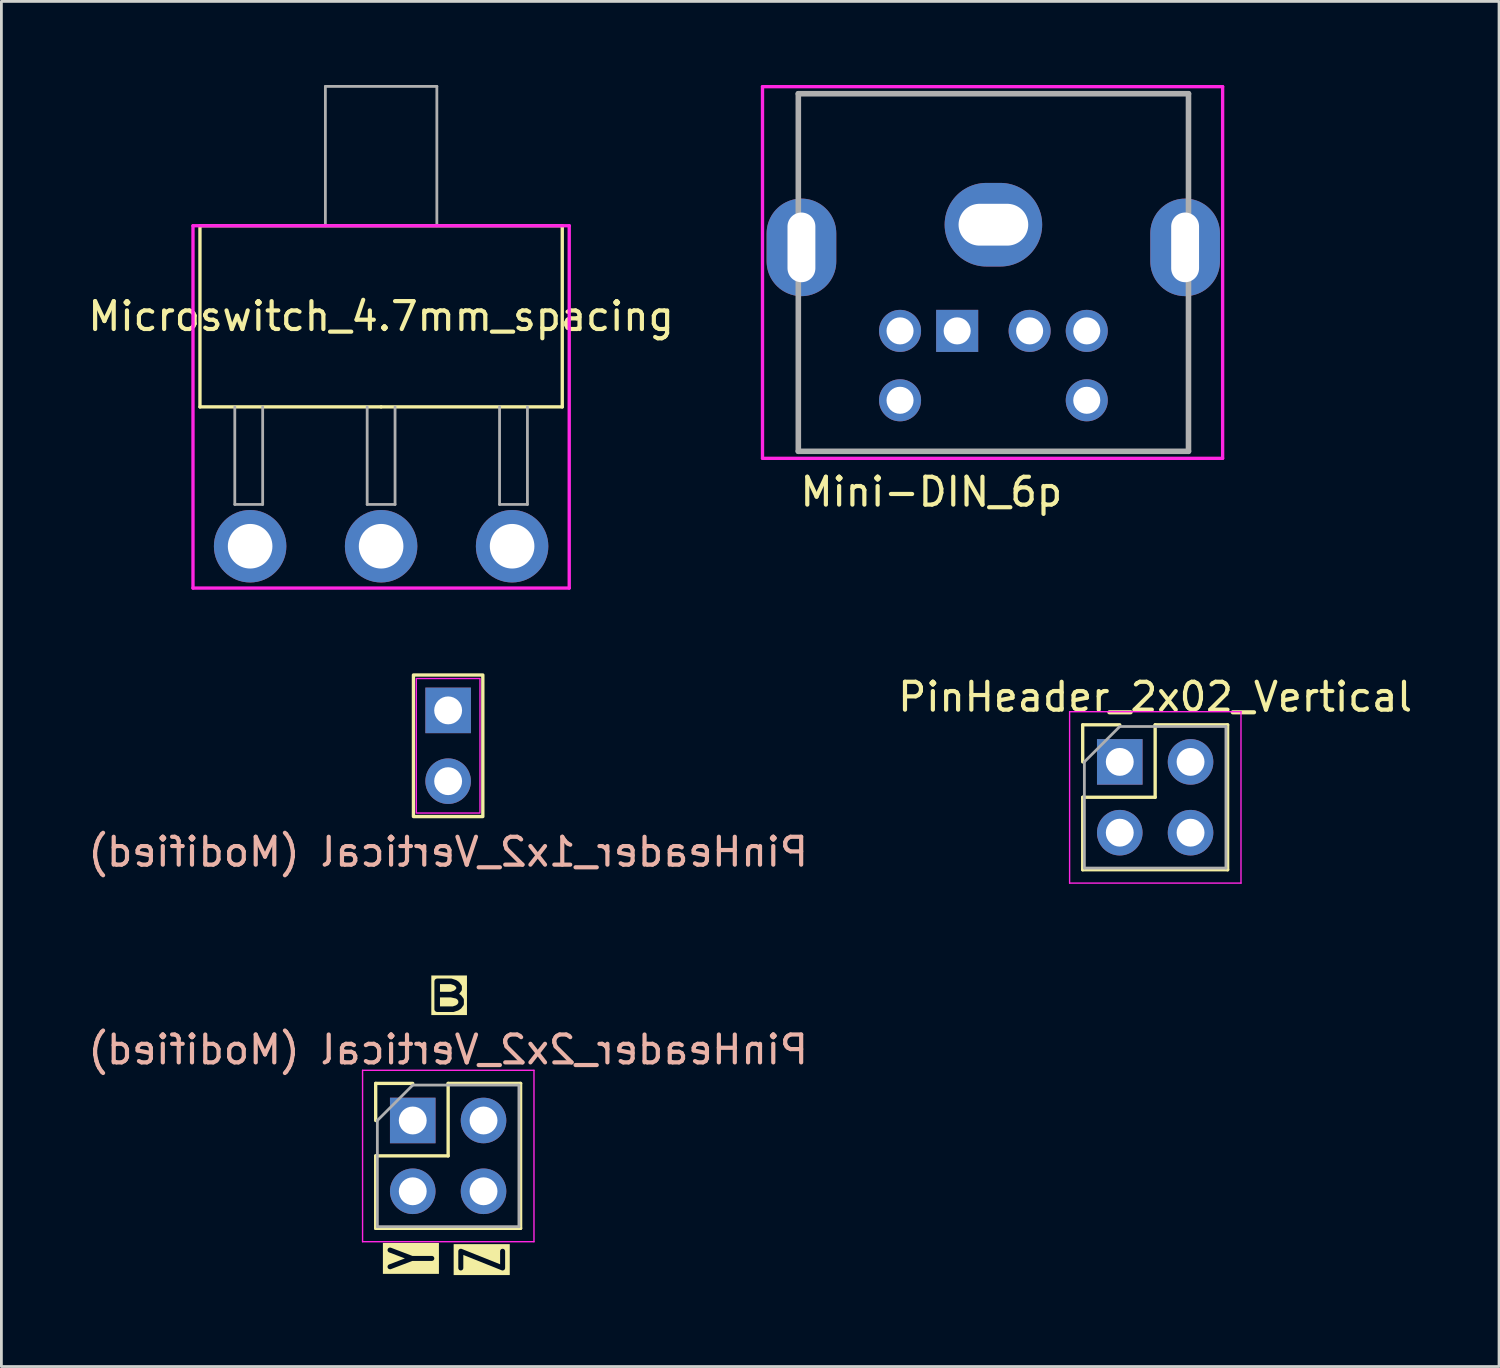
<source format=kicad_pcb>
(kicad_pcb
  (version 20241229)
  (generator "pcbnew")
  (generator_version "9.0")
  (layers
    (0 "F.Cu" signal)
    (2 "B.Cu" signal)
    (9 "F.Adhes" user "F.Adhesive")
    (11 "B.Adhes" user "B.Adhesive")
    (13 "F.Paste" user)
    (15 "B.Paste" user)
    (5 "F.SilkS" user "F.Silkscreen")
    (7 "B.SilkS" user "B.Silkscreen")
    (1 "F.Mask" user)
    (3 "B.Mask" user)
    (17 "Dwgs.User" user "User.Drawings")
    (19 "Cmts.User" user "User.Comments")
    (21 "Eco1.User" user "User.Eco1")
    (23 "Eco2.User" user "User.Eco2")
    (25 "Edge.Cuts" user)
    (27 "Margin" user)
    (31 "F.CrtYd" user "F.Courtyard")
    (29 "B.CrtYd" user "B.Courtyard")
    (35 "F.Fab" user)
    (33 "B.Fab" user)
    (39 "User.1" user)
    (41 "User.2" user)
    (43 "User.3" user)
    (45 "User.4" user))
  (footprint "PinHeader_2x02_Vertical"
    (layer "F.Cu")
    (at 37.129 24.288)
    (property "Reference" "PinHeader_2x02_Vertical" (at 1.27 -2.33 0) (layer "F.SilkS") (effects (font (size 1 1) (thickness 0.15))))
    (attr through_hole)
    (fp_line (start -1.33 -1.33) (end 0 -1.33) (stroke (width 0.12) (type solid)) (layer "F.SilkS"))
    (fp_line (start -1.33 0) (end -1.33 -1.33) (stroke (width 0.12) (type solid)) (layer "F.SilkS"))
    (fp_line (start -1.33 1.27) (end -1.33 3.87) (stroke (width 0.12) (type solid)) (layer "F.SilkS"))
    (fp_line (start -1.33 1.27) (end 1.27 1.27) (stroke (width 0.12) (type solid)) (layer "F.SilkS"))
    (fp_line (start -1.33 3.87) (end 3.87 3.87) (stroke (width 0.12) (type solid)) (layer "F.SilkS"))
    (fp_line (start 1.27 -1.33) (end 3.87 -1.33) (stroke (width 0.12) (type solid)) (layer "F.SilkS"))
    (fp_line (start 1.27 1.27) (end 1.27 -1.33) (stroke (width 0.12) (type solid)) (layer "F.SilkS"))
    (fp_line (start 3.87 -1.33) (end 3.87 3.87) (stroke (width 0.12) (type solid)) (layer "F.SilkS"))
    (fp_line (start -1.8 -1.8) (end -1.8 4.35) (stroke (width 0.05) (type solid)) (layer "F.CrtYd"))
    (fp_line (start -1.8 4.35) (end 4.35 4.35) (stroke (width 0.05) (type solid)) (layer "F.CrtYd"))
    (fp_line (start 4.35 -1.8) (end -1.8 -1.8) (stroke (width 0.05) (type solid)) (layer "F.CrtYd"))
    (fp_line (start 4.35 4.35) (end 4.35 -1.8) (stroke (width 0.05) (type solid)) (layer "F.CrtYd"))
    (fp_line (start -1.27 0) (end 0 -1.27) (stroke (width 0.1) (type solid)) (layer "F.Fab"))
    (fp_line (start -1.27 3.81) (end -1.27 0) (stroke (width 0.1) (type solid)) (layer "F.Fab"))
    (fp_line (start 0 -1.27) (end 3.81 -1.27) (stroke (width 0.1) (type solid)) (layer "F.Fab"))
    (fp_line (start 3.81 -1.27) (end 3.81 3.81) (stroke (width 0.1) (type solid)) (layer "F.Fab"))
    (fp_line (start 3.81 3.81) (end -1.27 3.81) (stroke (width 0.1) (type solid)) (layer "F.Fab"))
    (pad "1" thru_hole rect (at 0 0) (size 1.635 1.635) (drill 1) (layers "*.Cu" "*.Mask"))
    (pad "2" thru_hole circle (at 2.54 0) (size 1.635 1.635) (drill 1) (layers "*.Cu" "*.Mask"))
    (pad "3" thru_hole circle (at 0 2.54) (size 1.635 1.635) (drill 1) (layers "*.Cu" "*.Mask"))
    (pad "4" thru_hole circle (at 2.54 2.54) (size 1.635 1.635) (drill 1) (layers "*.Cu" "*.Mask")))
  (footprint "Microswitch_4.7mm_spacing"
    (layer "F.Cu")
    (at 10.625 16.55)
    (property "Reference" "Microswitch_4.7mm_spacing" (at 0 -8.25 0) (unlocked yes) (layer "F.SilkS") (effects (font (size 1 1) (thickness 0.15))))
    (attr through_hole)
    (fp_line (start -6.5 -11.5) (end -6.5 -5) (stroke (width 0.12) (type solid)) (layer "F.SilkS"))
    (fp_line (start -6.5 -5) (end 0 -5) (stroke (width 0.12) (type solid)) (layer "F.SilkS"))
    (fp_line (start 0 -5) (end 6.5 -5) (stroke (width 0.12) (type solid)) (layer "F.SilkS"))
    (fp_line (start 6.5 -11.5) (end -6.5 -11.5) (stroke (width 0.12) (type solid)) (layer "F.SilkS"))
    (fp_line (start 6.5 -5) (end 6.5 -11.5) (stroke (width 0.12) (type solid)) (layer "F.SilkS"))
    (fp_line (start -6.75 -11.5) (end 6.75 -11.5) (stroke (width 0.12) (type solid)) (layer "F.CrtYd"))
    (fp_line (start -6.75 1.5) (end -6.75 -11.5) (stroke (width 0.12) (type solid)) (layer "F.CrtYd"))
    (fp_line (start 6.75 -11.5) (end 6.75 1.5) (stroke (width 0.12) (type solid)) (layer "F.CrtYd"))
    (fp_line (start 6.75 1.5) (end -6.75 1.5) (stroke (width 0.12) (type solid)) (layer "F.CrtYd"))
    (fp_line (start -5.25 -1.5) (end -5.25 -5) (stroke (width 0.1) (type solid)) (layer "F.Fab"))
    (fp_line (start -4.25 -5) (end -4.25 -1.5) (stroke (width 0.1) (type solid)) (layer "F.Fab"))
    (fp_line (start -4.25 -1.5) (end -5.25 -1.5) (stroke (width 0.1) (type solid)) (layer "F.Fab"))
    (fp_line (start -2 -16.5) (end -2 -11.5) (stroke (width 0.1) (type solid)) (layer "F.Fab"))
    (fp_line (start -0.5 -1.5) (end -0.5 -5) (stroke (width 0.1) (type solid)) (layer "F.Fab"))
    (fp_line (start 0.5 -5) (end 0.5 -1.5) (stroke (width 0.1) (type solid)) (layer "F.Fab"))
    (fp_line (start 0.5 -1.5) (end -0.5 -1.5) (stroke (width 0.1) (type solid)) (layer "F.Fab"))
    (fp_line (start 2 -16.5) (end -2 -16.5) (stroke (width 0.1) (type solid)) (layer "F.Fab"))
    (fp_line (start 2 -11.5) (end 2 -16.5) (stroke (width 0.1) (type solid)) (layer "F.Fab"))
    (fp_line (start 4.25 -1.5) (end 4.25 -5) (stroke (width 0.1) (type solid)) (layer "F.Fab"))
    (fp_line (start 5.25 -5) (end 5.25 -1.5) (stroke (width 0.1) (type solid)) (layer "F.Fab"))
    (fp_line (start 5.25 -1.5) (end 4.25 -1.5) (stroke (width 0.1) (type solid)) (layer "F.Fab"))
    (pad "1" thru_hole circle (at -4.7 0) (size 2.6 2.6) (drill 1.6) (layers "*.Cu" "*.Mask"))
    (pad "2" thru_hole circle (at 0 0) (size 2.6 2.6) (drill 1.6) (layers "*.Cu" "*.Mask"))
    (pad "3" thru_hole circle (at 4.7 0) (size 2.6 2.6) (drill 1.6) (layers "*.Cu" "*.Mask")))
  (footprint "PinHeader_1x2_Vertical (Modified)"
    (layer "F.Cu")
    (at 13.03 22.44)
    (property "Reference" "PinHeader_1x2_Vertical (Modified)" (at 0 5.08 0) (layer "B.SilkS") (effects (font (size 1 1) (thickness 0.15)) (justify mirror)))
    (attr through_hole allow_missing_courtyard)
    (fp_rect (start -1.245 -1.27) (end 1.245 3.81) (stroke (width 0.12) (type default)) (fill no) (layer "F.SilkS"))
    (fp_rect (start -1.143 -1.143) (end 1.143 3.683) (stroke (width 0.05) (type default)) (fill no) (layer "F.CrtYd"))
    (pad "1" thru_hole rect (at 0 0) (size 1.635 1.635) (drill 1) (layers "*.Cu" "*.Mask"))
    (pad "2" thru_hole circle (at 0 2.54) (size 1.635 1.635) (drill 1) (layers "*.Cu" "*.Mask")))
  (footprint "Mini-DIN_6p"
    (layer "F.Cu")
    (at 25.58 0.314)
    (property "Reference" "Mini-DIN_6p" (at 0 14.287 0) (layer "F.SilkS") (effects (font (size 1 1) (thickness 0.15)) (justify left)))
    (attr through_hole)
    (fp_line (start 0.015 -0.001) (end 0.015 -0.001) (stroke (width 0.1) (type solid)) (layer "F.SilkS"))
    (fp_line (start 0.015 -0.001) (end 0.015 -0.001) (stroke (width 0.1) (type solid)) (layer "F.SilkS"))
    (fp_line (start 0.015 -0.001) (end 0.015 3.249) (stroke (width 0.1) (type solid)) (layer "F.SilkS"))
    (fp_line (start 0.015 -0.001) (end 14.015 -0.001) (stroke (width 0.1) (type solid)) (layer "F.SilkS"))
    (fp_line (start 0.015 3.249) (end 0.015 -0.001) (stroke (width 0.1) (type solid)) (layer "F.SilkS"))
    (fp_line (start 0.015 3.249) (end 0.015 3.249) (stroke (width 0.1) (type solid)) (layer "F.SilkS"))
    (fp_line (start 0.015 7.749) (end 0.015 7.749) (stroke (width 0.1) (type solid)) (layer "F.SilkS"))
    (fp_line (start 0.015 7.749) (end 0.015 12.829) (stroke (width 0.1) (type solid)) (layer "F.SilkS"))
    (fp_line (start 0.015 12.829) (end 0.015 7.749) (stroke (width 0.1) (type solid)) (layer "F.SilkS"))
    (fp_line (start 0.015 12.829) (end 0.015 12.829) (stroke (width 0.1) (type solid)) (layer "F.SilkS"))
    (fp_line (start 0.015 12.829) (end 0.015 12.829) (stroke (width 0.1) (type solid)) (layer "F.SilkS"))
    (fp_line (start 0.015 12.829) (end 14.015 12.829) (stroke (width 0.1) (type solid)) (layer "F.SilkS"))
    (fp_line (start 14.015 -0.001) (end 0.015 -0.001) (stroke (width 0.1) (type solid)) (layer "F.SilkS"))
    (fp_line (start 14.015 -0.001) (end 14.015 -0.001) (stroke (width 0.1) (type solid)) (layer "F.SilkS"))
    (fp_line (start 14.015 -0.001) (end 14.015 -0.001) (stroke (width 0.1) (type solid)) (layer "F.SilkS"))
    (fp_line (start 14.015 -0.001) (end 14.015 3.249) (stroke (width 0.1) (type solid)) (layer "F.SilkS"))
    (fp_line (start 14.015 3.249) (end 14.015 -0.001) (stroke (width 0.1) (type solid)) (layer "F.SilkS"))
    (fp_line (start 14.015 3.249) (end 14.015 3.249) (stroke (width 0.1) (type solid)) (layer "F.SilkS"))
    (fp_line (start 14.015 7.749) (end 14.015 7.749) (stroke (width 0.1) (type solid)) (layer "F.SilkS"))
    (fp_line (start 14.015 7.749) (end 14.015 12.829) (stroke (width 0.1) (type solid)) (layer "F.SilkS"))
    (fp_line (start 14.015 12.829) (end 0.015 12.829) (stroke (width 0.1) (type solid)) (layer "F.SilkS"))
    (fp_line (start 14.015 12.829) (end 14.015 7.749) (stroke (width 0.1) (type solid)) (layer "F.SilkS"))
    (fp_line (start 14.015 12.829) (end 14.015 12.829) (stroke (width 0.1) (type solid)) (layer "F.SilkS"))
    (fp_line (start 14.015 12.829) (end 14.015 12.829) (stroke (width 0.1) (type solid)) (layer "F.SilkS"))
    (fp_line (start -1.27 -0.254) (end 15.24 -0.254) (stroke (width 0.12) (type solid)) (layer "F.CrtYd"))
    (fp_line (start -1.27 13.081) (end -1.27 -0.254) (stroke (width 0.12) (type solid)) (layer "F.CrtYd"))
    (fp_line (start 15.24 -0.254) (end 15.24 13.081) (stroke (width 0.12) (type solid)) (layer "F.CrtYd"))
    (fp_line (start 15.24 13.081) (end -1.27 13.081) (stroke (width 0.12) (type solid)) (layer "F.CrtYd"))
    (fp_line (start 0.015 -0.001) (end 14.015 -0.001) (stroke (width 0.2) (type solid)) (layer "F.Fab"))
    (fp_line (start 0.015 12.829) (end 0.015 -0.001) (stroke (width 0.2) (type solid)) (layer "F.Fab"))
    (fp_line (start 14.015 -0.001) (end 14.015 12.829) (stroke (width 0.2) (type solid)) (layer "F.Fab"))
    (fp_line (start 14.015 12.829) (end 0.015 12.829) (stroke (width 0.2) (type solid)) (layer "F.Fab"))
    (pad "0" thru_hole oval (at 0.127 5.512 180) (size 2.5 3.5) (drill oval 1 2.5) (layers "*.Cu" "*.Mask"))
    (pad "0" thru_hole oval (at 7.015 4.699 180) (size 3.5 3) (drill oval 2.5 1.5) (layers "*.Cu" "*.Mask"))
    (pad "0" thru_hole oval (at 13.894 5.512 180) (size 2.5 3.5) (drill oval 1 2.5) (layers "*.Cu" "*.Mask"))
    (pad "1" thru_hole rect (at 5.715 8.509 180) (size 1.509 1.509) (drill 0.97) (layers "*.Cu" "*.Mask"))
    (pad "2" thru_hole circle (at 8.315 8.509 180) (size 1.509 1.509) (drill 0.97) (layers "*.Cu" "*.Mask"))
    (pad "3" thru_hole circle (at 3.665 8.509 180) (size 1.509 1.509) (drill 0.97) (layers "*.Cu" "*.Mask"))
    (pad "4" thru_hole circle (at 10.365 8.509 180) (size 1.509 1.509) (drill 0.97) (layers "*.Cu" "*.Mask"))
    (pad "5" thru_hole circle (at 3.665 10.999 180) (size 1.509 1.509) (drill 0.97) (layers "*.Cu" "*.Mask"))
    (pad "6" thru_hole circle (at 10.365 10.999 180) (size 1.509 1.509) (drill 0.97) (layers "*.Cu" "*.Mask")))
  (footprint "PinHeader_2x2_Vertical (Modified)"
    (layer "F.Cu")
    (at 11.76 37.155)
    (property "Reference" "PinHeader_2x2_Vertical (Modified)" (at 1.27 -2.54 0) (layer "B.SilkS") (effects (font (size 1 1) (thickness 0.15)) (justify mirror)))
    (attr through_hole allow_missing_courtyard)
    (fp_line (start -1.33 -1.33) (end 0 -1.33) (stroke (width 0.12) (type solid)) (layer "F.SilkS"))
    (fp_line (start -1.33 0) (end -1.33 -1.33) (stroke (width 0.12) (type solid)) (layer "F.SilkS"))
    (fp_line (start -1.33 1.27) (end -1.33 3.87) (stroke (width 0.12) (type solid)) (layer "F.SilkS"))
    (fp_line (start -1.33 1.27) (end 1.27 1.27) (stroke (width 0.12) (type solid)) (layer "F.SilkS"))
    (fp_line (start -1.33 3.87) (end 3.87 3.87) (stroke (width 0.12) (type solid)) (layer "F.SilkS"))
    (fp_line (start 1.27 -1.33) (end 3.87 -1.33) (stroke (width 0.12) (type solid)) (layer "F.SilkS"))
    (fp_line (start 1.27 1.27) (end 1.27 -1.33) (stroke (width 0.12) (type solid)) (layer "F.SilkS"))
    (fp_line (start 3.87 -1.33) (end 3.87 3.87) (stroke (width 0.12) (type solid)) (layer "F.SilkS"))
    (fp_line (start -1.8 -1.8) (end -1.8 4.35) (stroke (width 0.05) (type solid)) (layer "F.CrtYd"))
    (fp_line (start -1.8 4.35) (end 4.35 4.35) (stroke (width 0.05) (type solid)) (layer "F.CrtYd"))
    (fp_line (start 4.35 -1.8) (end -1.8 -1.8) (stroke (width 0.05) (type solid)) (layer "F.CrtYd"))
    (fp_line (start 4.35 4.35) (end 4.35 -1.8) (stroke (width 0.05) (type solid)) (layer "F.CrtYd"))
    (fp_line (start -1.27 0) (end 0 -1.27) (stroke (width 0.1) (type solid)) (layer "F.Fab"))
    (fp_line (start -1.27 3.81) (end -1.27 0) (stroke (width 0.1) (type solid)) (layer "F.Fab"))
    (fp_line (start 0 -1.27) (end 3.81 -1.27) (stroke (width 0.1) (type solid)) (layer "F.Fab"))
    (fp_line (start 3.81 -1.27) (end 3.81 3.81) (stroke (width 0.1) (type solid)) (layer "F.Fab"))
    (fp_line (start 3.81 3.81) (end -1.27 3.81) (stroke (width 0.1) (type solid)) (layer "F.Fab"))
    (fp_text user "Y" (at 0 4.445 90) (layer "F.SilkS" knockout) (effects (font (size 1.5 0.9) (thickness 0.18) (bold yes)) (justify right)))
    (fp_text user "B" (at 1.27 -4.445 0) (layer "F.SilkS" knockout) (effects (font (size 1 1.5) (thickness 0.2) (bold yes))))
    (fp_text user "Z" (at 2.54 4.445 90) (layer "F.SilkS" knockout) (effects (font (size 1.5 0.9) (thickness 0.18) (bold yes)) (justify right)))
    (pad "1" thru_hole rect (at 0 0) (size 1.635 1.635) (drill 1) (layers "*.Cu" "*.Mask"))
    (pad "2" thru_hole circle (at 2.54 0) (size 1.635 1.635) (drill 1) (layers "*.Cu" "*.Mask"))
    (pad "3" thru_hole circle (at 0 2.54) (size 1.635 1.635) (drill 1) (layers "*.Cu" "*.Mask"))
    (pad "4" thru_hole circle (at 2.54 2.54) (size 1.635 1.635) (drill 1) (layers "*.Cu" "*.Mask")))
  (gr_rect
    (start -3 -3)
    (end 50.738 45.984)
    (stroke (width 0.1) (type default))
    (fill no)
    (layer "Edge.Cuts")))
</source>
